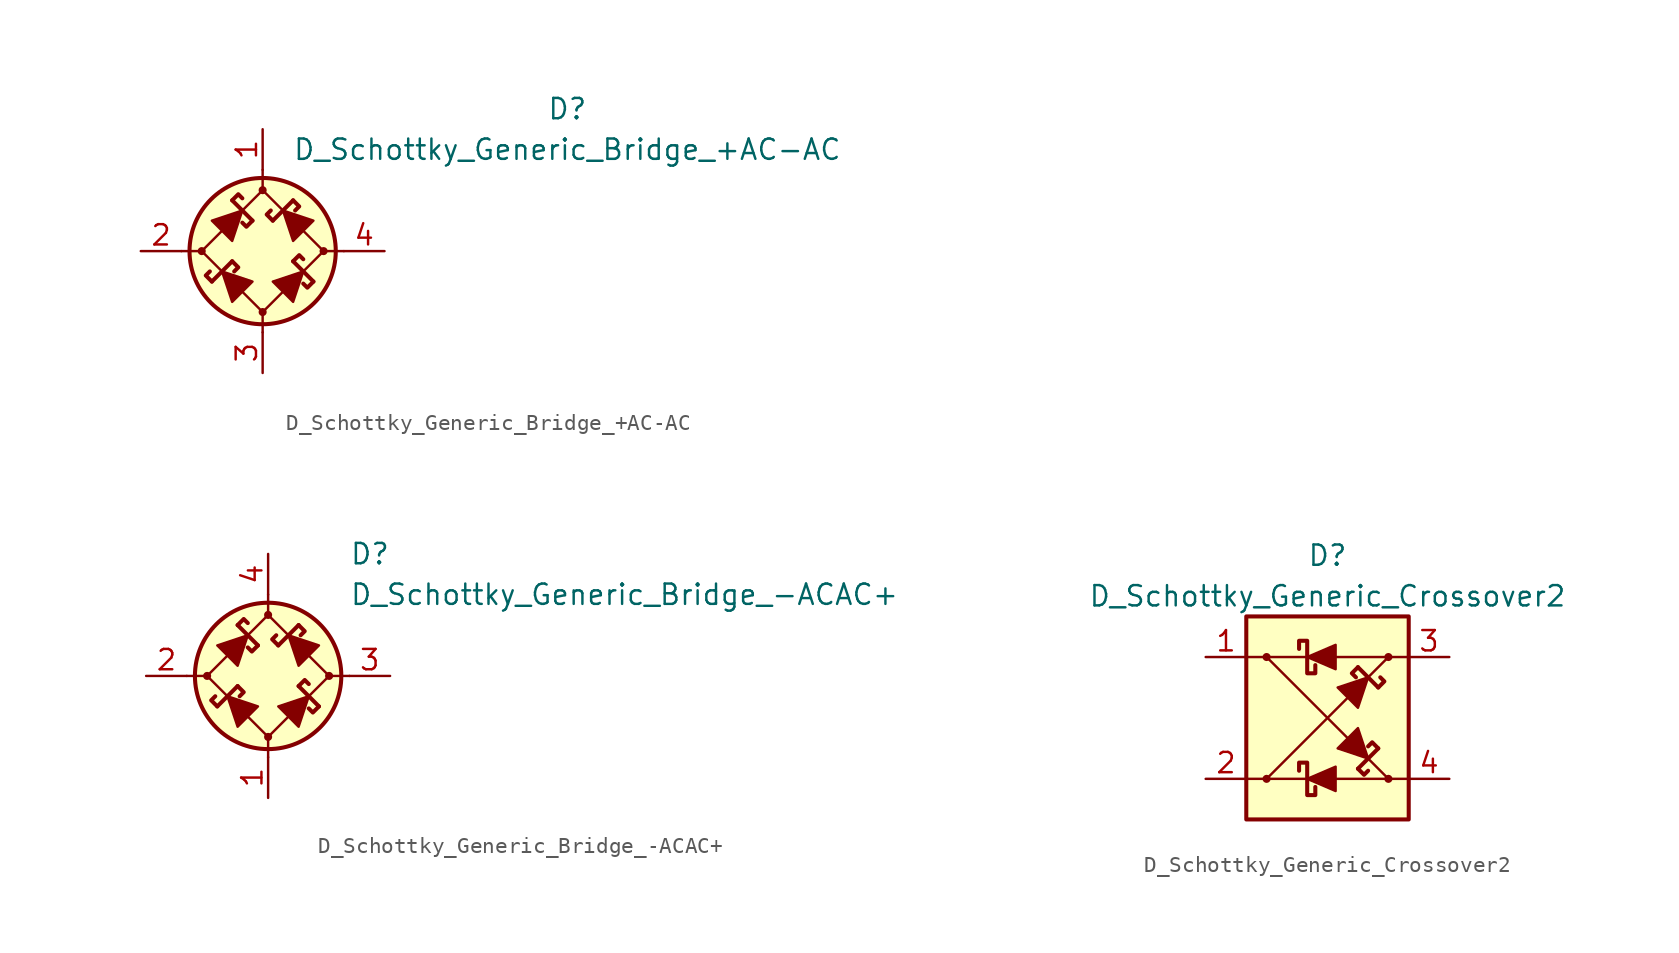
<source format=kicad_sym>
(kicad_symbol_lib
  (version 20211014)
  (generator kicad_symbol_editor)
  (symbol "D_Schottky_Generic_Bridge_+AC-AC"
    (pin_names
      (offset 1.016) hide)
    (property "Reference" "D"
      (at 19.05 8.89 0)
      (effects (font (size 1.27 1.27))))
    (property "Value" "D_Schottky_Generic_Bridge_+AC-AC"
      (at 19.05 6.35 0)
      (effects (font (size 1.27 1.27))))
    (symbol "D_Schottky_Generic_Bridge_+AC-AC_0_1"
      (circle (center -3.81 0) (radius 0.178) (stroke (width 0) (type default) (color 0 0 0 0)) (fill (type outline)))
      (polyline (pts (xy -5.08 0) (xy -3.81 0)) (stroke (width 0) (type default) (color 0 0 0 0)) (fill (type none)))
      (polyline (pts (xy -1.905 -0.635) (xy -3.175 -1.905)) (stroke (width 0.254) (type default) (color 0 0 0 0)) (fill (type none)))
      (polyline (pts (xy -1.905 3.175) (xy -0.635 1.905)) (stroke (width 0.254) (type default) (color 0 0 0 0)) (fill (type none)))
      (polyline (pts (xy 0 -5.08) (xy 0 -3.81)) (stroke (width 0) (type default) (color 0 0 0 0)) (fill (type none)))
      (polyline (pts (xy 0 5.08) (xy 0 3.81)) (stroke (width 0) (type default) (color 0 0 0 0)) (fill (type none)))
      (polyline (pts (xy 0.635 1.905) (xy 1.905 3.175)) (stroke (width 0.254) (type default) (color 0 0 0 0)) (fill (type none)))
      (polyline (pts (xy 3.175 -1.905) (xy 1.905 -0.635)) (stroke (width 0.254) (type default) (color 0 0 0 0)) (fill (type none)))
      (polyline (pts (xy 5.08 0) (xy 3.81 0)) (stroke (width 0) (type default) (color 0 0 0 0)) (fill (type none)))
      (polyline (pts (xy -2.54 -1.27) (xy -1.905 -3.175) (xy -0.635 -1.905) (xy -2.54 -1.27)) (stroke (width 0) (type default) (color 0 0 0 0)) (fill (type outline)))
      (polyline (pts (xy -1.27 2.54) (xy -1.905 0.635) (xy -3.175 1.905) (xy -1.27 2.54)) (stroke (width 0) (type default) (color 0 0 0 0)) (fill (type outline)))
      (polyline (pts (xy 1.27 2.54) (xy 3.175 1.905) (xy 1.905 0.635) (xy 1.27 2.54)) (stroke (width 0) (type default) (color 0 0 0 0)) (fill (type outline)))
      (polyline (pts (xy 2.54 -1.27) (xy 0.635 -1.905) (xy 1.905 -3.175) (xy 2.54 -1.27)) (stroke (width 0) (type default) (color 0 0 0 0)) (fill (type outline)))
      (polyline (pts (xy 0 3.81) (xy -3.81 0) (xy 0 -3.81) (xy 3.81 0) (xy 0 3.81)) (stroke (width 0) (type default) (color 0 0 0 0)) (fill (type none)))
      (circle (center 0 0) (radius 4.572) (stroke (width 0.254) (type default) (color 0 0 0 0)) (fill (type background))))
    (symbol "D_Schottky_Generic_Bridge_+AC-AC_1_1"
      (circle (center 0 -3.81) (radius 0.178) (stroke (width 0) (type default) (color 0 0 0 0)) (fill (type outline)))
      (polyline (pts (xy -3.175 -1.905) (xy -3.556 -1.524) (xy -3.302 -1.27)) (stroke (width 0.254) (type default) (color 0 0 0 0)) (fill (type none)))
      (polyline (pts (xy -1.905 -0.635) (xy -1.524 -1.016) (xy -1.778 -1.27)) (stroke (width 0.254) (type default) (color 0 0 0 0)) (fill (type none)))
      (polyline (pts (xy -1.905 3.175) (xy -1.524 3.556) (xy -1.27 3.302)) (stroke (width 0.254) (type default) (color 0 0 0 0)) (fill (type none)))
      (polyline (pts (xy -0.635 1.905) (xy -1.016 1.524) (xy -1.27 1.778)) (stroke (width 0.254) (type default) (color 0 0 0 0)) (fill (type none)))
      (polyline (pts (xy 0.635 1.905) (xy 0.254 2.286) (xy 0.508 2.54)) (stroke (width 0.254) (type default) (color 0 0 0 0)) (fill (type none)))
      (polyline (pts (xy 1.905 -0.635) (xy 2.286 -0.254) (xy 2.54 -0.508)) (stroke (width 0.254) (type default) (color 0 0 0 0)) (fill (type none)))
      (polyline (pts (xy 1.905 3.175) (xy 2.286 2.794) (xy 2.032 2.54)) (stroke (width 0.254) (type default) (color 0 0 0 0)) (fill (type none)))
      (polyline (pts (xy 3.175 -1.905) (xy 2.794 -2.286) (xy 2.54 -2.032)) (stroke (width 0.254) (type default) (color 0 0 0 0)) (fill (type none)))
      (circle (center 0 3.81) (radius 0.178) (stroke (width 0) (type default) (color 0 0 0 0)) (fill (type outline)))
      (circle (center 3.81 0) (radius 0.178) (stroke (width 0) (type default) (color 0 0 0 0)) (fill (type outline)))
      (pin passive line (at 0 7.62 270) (length 2.54) (name "+" (effects (font (size 1.27 1.27)))) (number "1" (effects (font (size 1.27 1.27)))))
      (pin passive line (at -7.62 0 0) (length 2.54) (name "1" (effects (font (size 1.27 1.27)))) (number "2" (effects (font (size 1.27 1.27)))))
      (pin passive line (at 0 -7.62 90) (length 2.54) (name "-" (effects (font (size 1.27 1.27)))) (number "3" (effects (font (size 1.27 1.27)))))
      (pin passive line (at 7.62 0 180) (length 2.54) (name "2" (effects (font (size 1.27 1.27)))) (number "4" (effects (font (size 1.27 1.27)))))))
  (symbol "D_Schottky_Generic_Bridge_-ACAC+"
    (pin_names
      (offset 1.016) hide)
    (property "Reference" "D"
      (at 5.08 7.62 0)
      (effects (font (size 1.27 1.27)) (justify left)))
    (property "Value" "D_Schottky_Generic_Bridge_-ACAC+"
      (at 5.08 5.08 0)
      (effects (font (size 1.27 1.27)) (justify left)))
    (symbol "D_Schottky_Generic_Bridge_-ACAC+_0_1"
      (circle (center -3.81 0) (radius 0.178) (stroke (width 0) (type default) (color 0 0 0 0)) (fill (type outline)))
      (polyline (pts (xy -5.08 0) (xy -3.81 0)) (stroke (width 0) (type default) (color 0 0 0 0)) (fill (type none)))
      (polyline (pts (xy -1.905 -0.635) (xy -3.175 -1.905)) (stroke (width 0.254) (type default) (color 0 0 0 0)) (fill (type none)))
      (polyline (pts (xy -1.905 3.175) (xy -0.635 1.905)) (stroke (width 0.254) (type default) (color 0 0 0 0)) (fill (type none)))
      (polyline (pts (xy 0 -5.08) (xy 0 -3.81)) (stroke (width 0) (type default) (color 0 0 0 0)) (fill (type none)))
      (polyline (pts (xy 0 5.08) (xy 0 3.81)) (stroke (width 0) (type default) (color 0 0 0 0)) (fill (type none)))
      (polyline (pts (xy 0.635 1.905) (xy 1.905 3.175)) (stroke (width 0.254) (type default) (color 0 0 0 0)) (fill (type none)))
      (polyline (pts (xy 3.175 -1.905) (xy 1.905 -0.635)) (stroke (width 0.254) (type default) (color 0 0 0 0)) (fill (type none)))
      (polyline (pts (xy 5.08 0) (xy 3.81 0)) (stroke (width 0) (type default) (color 0 0 0 0)) (fill (type none)))
      (polyline (pts (xy -2.54 -1.27) (xy -1.905 -3.175) (xy -0.635 -1.905) (xy -2.54 -1.27)) (stroke (width 0) (type default) (color 0 0 0 0)) (fill (type outline)))
      (polyline (pts (xy -1.27 2.54) (xy -1.905 0.635) (xy -3.175 1.905) (xy -1.27 2.54)) (stroke (width 0) (type default) (color 0 0 0 0)) (fill (type outline)))
      (polyline (pts (xy 1.27 2.54) (xy 3.175 1.905) (xy 1.905 0.635) (xy 1.27 2.54)) (stroke (width 0) (type default) (color 0 0 0 0)) (fill (type outline)))
      (polyline (pts (xy 2.54 -1.27) (xy 0.635 -1.905) (xy 1.905 -3.175) (xy 2.54 -1.27)) (stroke (width 0) (type default) (color 0 0 0 0)) (fill (type outline)))
      (polyline (pts (xy 0 3.81) (xy -3.81 0) (xy 0 -3.81) (xy 3.81 0) (xy 0 3.81)) (stroke (width 0) (type default) (color 0 0 0 0)) (fill (type none)))
      (circle (center 0 0) (radius 4.572) (stroke (width 0.254) (type default) (color 0 0 0 0)) (fill (type background))))
    (symbol "D_Schottky_Generic_Bridge_-ACAC+_1_1"
      (circle (center 0 -3.81) (radius 0.178) (stroke (width 0) (type default) (color 0 0 0 0)) (fill (type outline)))
      (polyline (pts (xy -3.175 -1.905) (xy -3.556 -1.524) (xy -3.302 -1.27)) (stroke (width 0.254) (type default) (color 0 0 0 0)) (fill (type none)))
      (polyline (pts (xy -1.905 -0.635) (xy -1.524 -1.016) (xy -1.778 -1.27)) (stroke (width 0.254) (type default) (color 0 0 0 0)) (fill (type none)))
      (polyline (pts (xy -1.905 3.175) (xy -1.524 3.556) (xy -1.27 3.302)) (stroke (width 0.254) (type default) (color 0 0 0 0)) (fill (type none)))
      (polyline (pts (xy -0.635 1.905) (xy -1.016 1.524) (xy -1.27 1.778)) (stroke (width 0.254) (type default) (color 0 0 0 0)) (fill (type none)))
      (polyline (pts (xy 0.635 1.905) (xy 0.254 2.286) (xy 0.508 2.54)) (stroke (width 0.254) (type default) (color 0 0 0 0)) (fill (type none)))
      (polyline (pts (xy 1.905 -0.635) (xy 2.286 -0.254) (xy 2.54 -0.508)) (stroke (width 0.254) (type default) (color 0 0 0 0)) (fill (type none)))
      (polyline (pts (xy 1.905 3.175) (xy 2.286 2.794) (xy 2.032 2.54)) (stroke (width 0.254) (type default) (color 0 0 0 0)) (fill (type none)))
      (polyline (pts (xy 3.175 -1.905) (xy 2.794 -2.286) (xy 2.54 -2.032)) (stroke (width 0.254) (type default) (color 0 0 0 0)) (fill (type none)))
      (circle (center 0 3.81) (radius 0.178) (stroke (width 0) (type default) (color 0 0 0 0)) (fill (type outline)))
      (circle (center 3.81 0) (radius 0.178) (stroke (width 0) (type default) (color 0 0 0 0)) (fill (type outline)))
      (pin passive line (at 0 -7.62 90) (length 2.54) (name "-" (effects (font (size 1.27 1.27)))) (number "1" (effects (font (size 1.27 1.27)))))
      (pin passive line (at -7.62 0 0) (length 2.54) (name "1" (effects (font (size 1.27 1.27)))) (number "2" (effects (font (size 1.27 1.27)))))
      (pin passive line (at 7.62 0 180) (length 2.54) (name "2" (effects (font (size 1.27 1.27)))) (number "3" (effects (font (size 1.27 1.27)))))
      (pin passive line (at 0 7.62 270) (length 2.54) (name "+" (effects (font (size 1.27 1.27)))) (number "4" (effects (font (size 1.27 1.27)))))))
  (symbol "D_Schottky_Generic_Crossover2"
    (pin_names
      (offset 1.016) hide)
    (property "Reference" "D"
      (at 0 10.16 0)
      (effects (font (size 1.27 1.27))))
    (property "Value" "D_Schottky_Generic_Crossover2"
      (at 0 7.62 0)
      (effects (font (size 1.27 1.27))))
    (symbol "D_Schottky_Generic_Crossover2_0_1"
      (circle (center -3.81 3.81) (radius 0.178) (stroke (width 0) (type default) (color 0 0 0 0)) (fill (type outline)))
      (polyline (pts (xy -5.08 -3.81) (xy -1.27 -3.81)) (stroke (width 0) (type default) (color 0 0 0 0)) (fill (type none)))
      (polyline (pts (xy -3.81 -3.81) (xy 3.81 3.81)) (stroke (width 0) (type default) (color 0 0 0 0)) (fill (type none)))
      (polyline (pts (xy -1.27 3.81) (xy -5.08 3.81)) (stroke (width 0) (type default) (color 0 0 0 0)) (fill (type none)))
      (polyline (pts (xy 1.905 -3.175) (xy 3.175 -1.905)) (stroke (width 0.254) (type default) (color 0 0 0 0)) (fill (type none)))
      (polyline (pts (xy 3.175 1.905) (xy 1.905 3.175)) (stroke (width 0.254) (type default) (color 0 0 0 0)) (fill (type none)))
      (polyline (pts (xy 3.81 -3.81) (xy -3.81 3.81)) (stroke (width 0) (type default) (color 0 0 0 0)) (fill (type none)))
      (polyline (pts (xy 5.08 3.81) (xy 0.508 3.81)) (stroke (width 0) (type default) (color 0 0 0 0)) (fill (type none)))
      (polyline (pts (xy 0.508 4.572) (xy 0.508 3.048) (xy -1.27 3.81) (xy 0.508 4.572)) (stroke (width 0) (type default) (color 0 0 0 0)) (fill (type outline)))
      (polyline (pts (xy 2.54 -2.54) (xy 1.905 -0.635) (xy 0.635 -1.905) (xy 2.54 -2.54)) (stroke (width 0) (type default) (color 0 0 0 0)) (fill (type outline)))
      (polyline (pts (xy 2.54 2.54) (xy 0.635 1.905) (xy 1.905 0.635) (xy 2.54 2.54)) (stroke (width 0) (type default) (color 0 0 0 0)) (fill (type outline)))
      (polyline (pts (xy -0.762 3.302) (xy -0.762 2.794) (xy -1.27 2.794) (xy -1.27 4.826) (xy -1.778 4.826) (xy -1.778 4.318)) (stroke (width 0.254) (type default) (color 0 0 0 0)) (fill (type none))))
    (symbol "D_Schottky_Generic_Crossover2_1_1"
      (rectangle (start -5.08 6.35) (end 5.08 -6.35) (stroke (width 0.254) (type default) (color 0 0 0 0)) (fill (type background)))
      (circle (center -3.81 -3.81) (radius 0.178) (stroke (width 0) (type default) (color 0 0 0 0)) (fill (type outline)))
      (polyline (pts (xy 5.08 -3.81) (xy 0.508 -3.81)) (stroke (width 0) (type default) (color 0 0 0 0)) (fill (type none)))
      (polyline (pts (xy 1.905 -3.175) (xy 2.286 -3.556) (xy 2.54 -3.302)) (stroke (width 0.254) (type default) (color 0 0 0 0)) (fill (type none)))
      (polyline (pts (xy 1.905 3.175) (xy 1.524 2.794) (xy 1.778 2.54)) (stroke (width 0.254) (type default) (color 0 0 0 0)) (fill (type none)))
      (polyline (pts (xy 3.175 -1.905) (xy 2.794 -1.524) (xy 2.54 -1.778)) (stroke (width 0.254) (type default) (color 0 0 0 0)) (fill (type none)))
      (polyline (pts (xy 3.175 1.905) (xy 3.556 2.286) (xy 3.302 2.54)) (stroke (width 0.254) (type default) (color 0 0 0 0)) (fill (type none)))
      (polyline (pts (xy 0.508 -3.048) (xy 0.508 -4.572) (xy -1.27 -3.81) (xy 0.508 -3.048)) (stroke (width 0) (type default) (color 0 0 0 0)) (fill (type outline)))
      (polyline (pts (xy -0.762 -4.318) (xy -0.762 -4.826) (xy -1.27 -4.826) (xy -1.27 -2.794) (xy -1.778 -2.794) (xy -1.778 -3.302)) (stroke (width 0.254) (type default) (color 0 0 0 0)) (fill (type none)))
      (circle (center 3.81 -3.81) (radius 0.178) (stroke (width 0) (type default) (color 0 0 0 0)) (fill (type outline)))
      (circle (center 3.81 3.81) (radius 0.178) (stroke (width 0) (type default) (color 0 0 0 0)) (fill (type outline)))
      (pin passive line (at -7.62 3.81 0) (length 2.54) (name "1" (effects (font (size 1.27 1.27)))) (number "1" (effects (font (size 1.27 1.27)))))
      (pin passive line (at -7.62 -3.81 0) (length 2.54) (name "2" (effects (font (size 1.27 1.27)))) (number "2" (effects (font (size 1.27 1.27)))))
      (pin passive line (at 7.62 3.81 180) (length 2.54) (name "3" (effects (font (size 1.27 1.27)))) (number "3" (effects (font (size 1.27 1.27)))))
      (pin passive line (at 7.62 -3.81 180) (length 2.54) (name "4" (effects (font (size 1.27 1.27)))) (number "4" (effects (font (size 1.27 1.27))))))))
</source>
